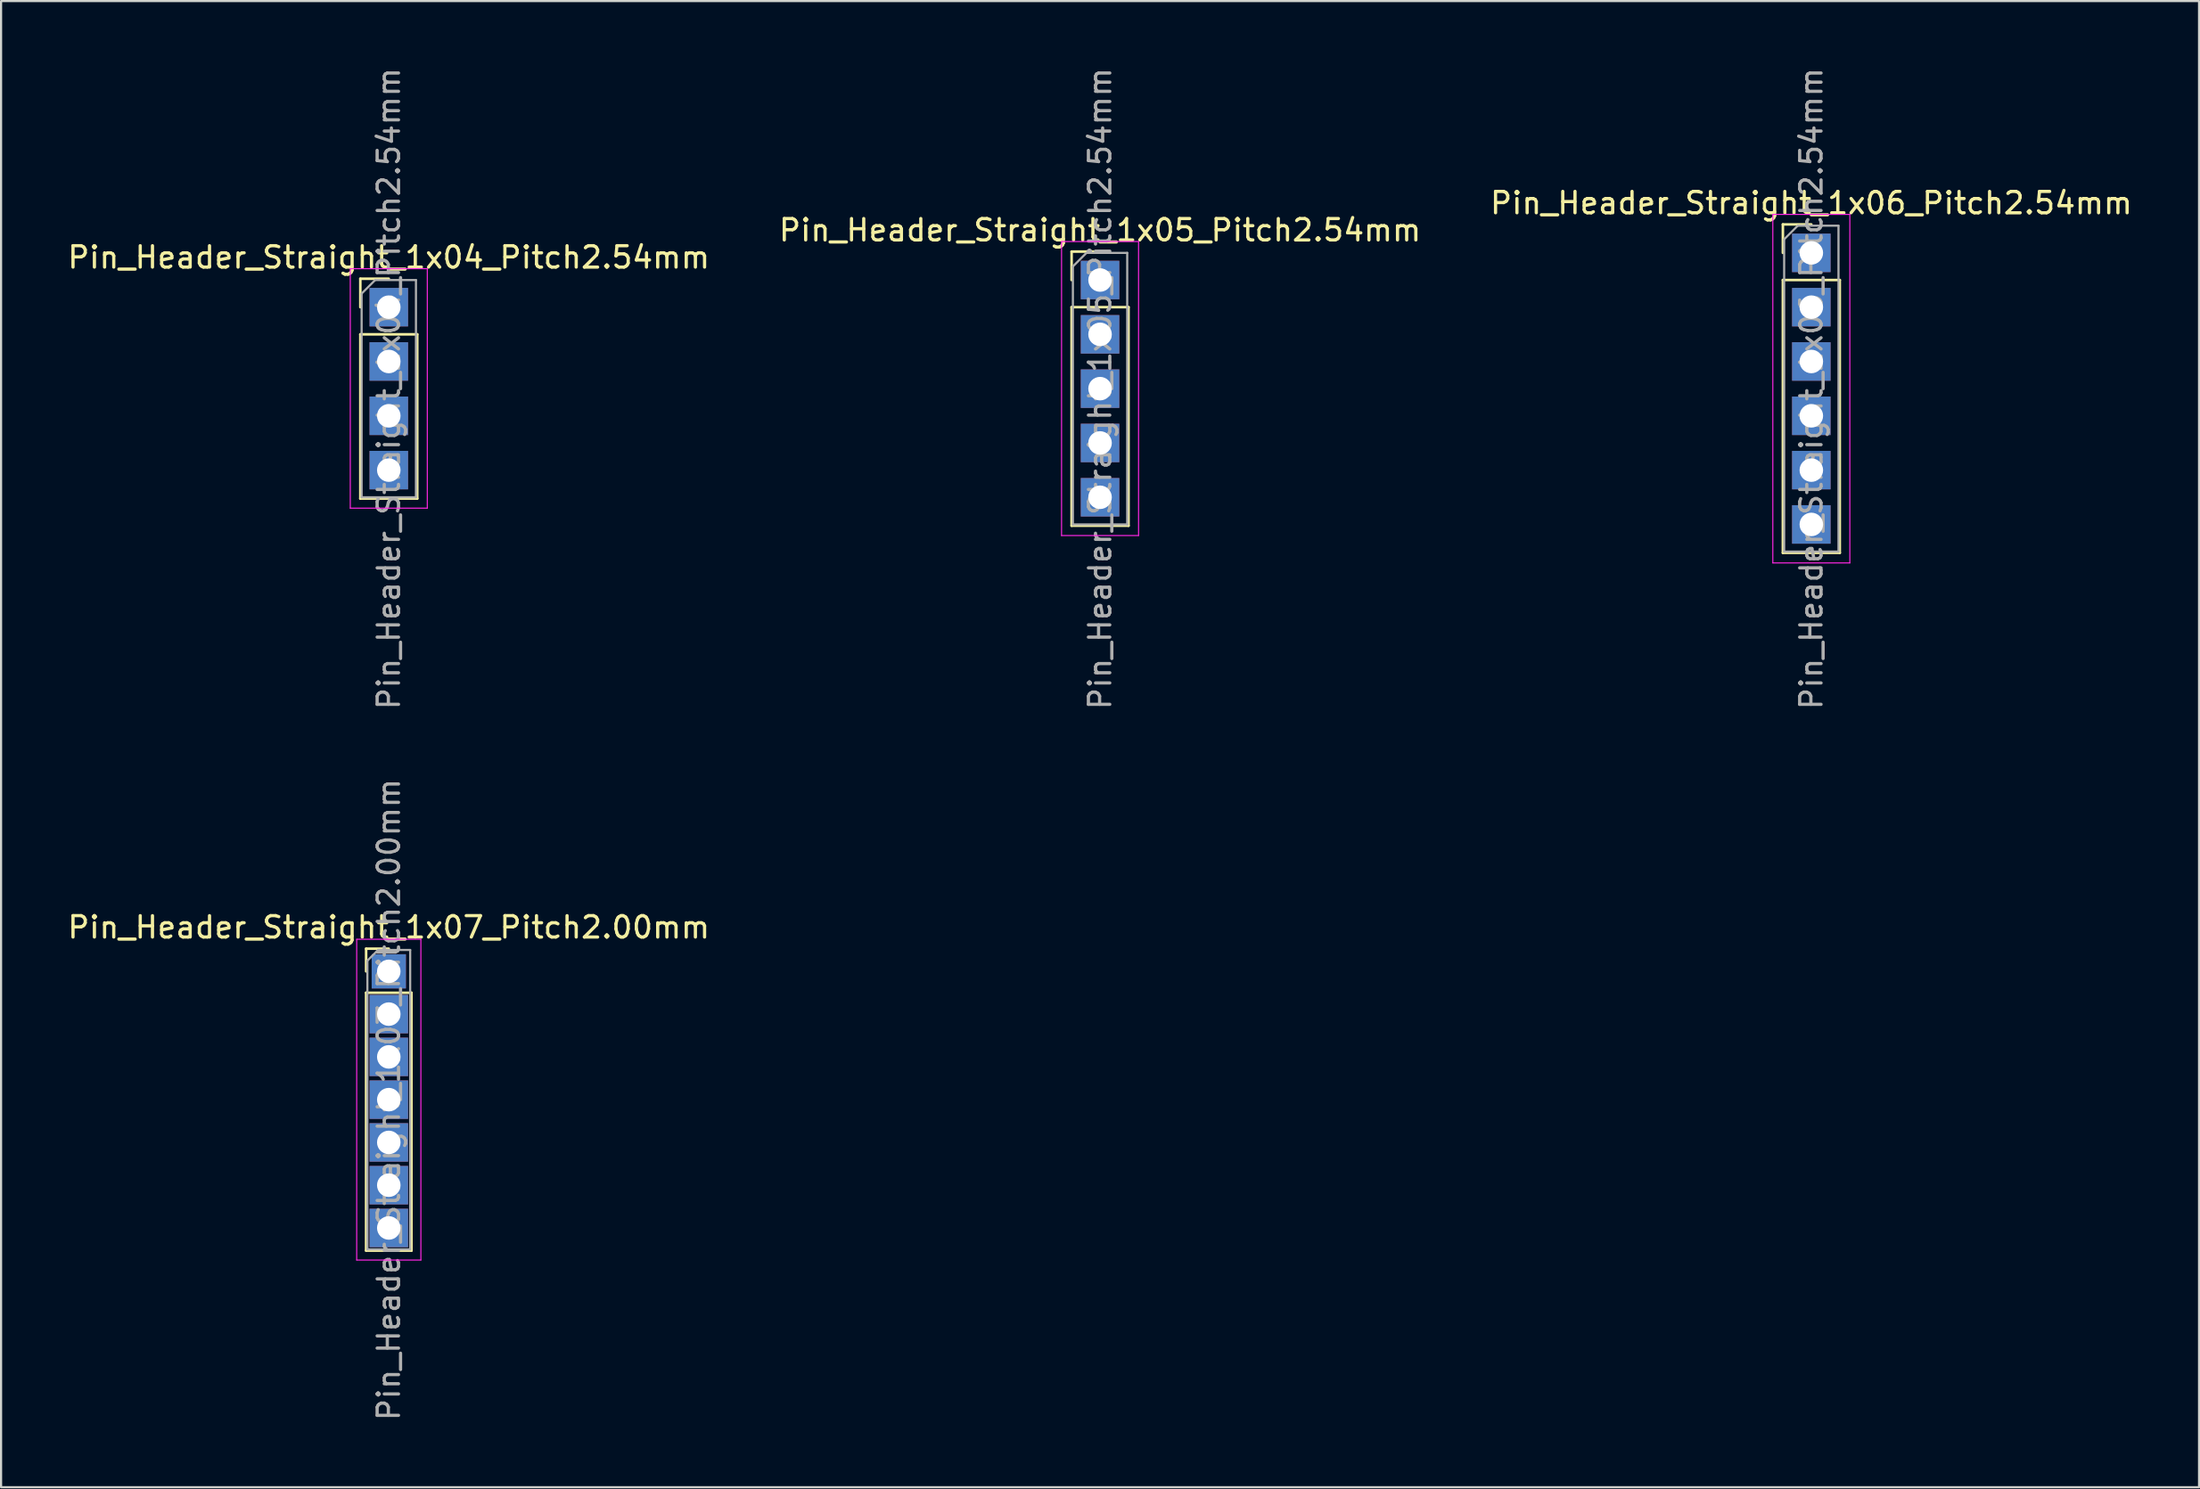
<source format=kicad_pcb>
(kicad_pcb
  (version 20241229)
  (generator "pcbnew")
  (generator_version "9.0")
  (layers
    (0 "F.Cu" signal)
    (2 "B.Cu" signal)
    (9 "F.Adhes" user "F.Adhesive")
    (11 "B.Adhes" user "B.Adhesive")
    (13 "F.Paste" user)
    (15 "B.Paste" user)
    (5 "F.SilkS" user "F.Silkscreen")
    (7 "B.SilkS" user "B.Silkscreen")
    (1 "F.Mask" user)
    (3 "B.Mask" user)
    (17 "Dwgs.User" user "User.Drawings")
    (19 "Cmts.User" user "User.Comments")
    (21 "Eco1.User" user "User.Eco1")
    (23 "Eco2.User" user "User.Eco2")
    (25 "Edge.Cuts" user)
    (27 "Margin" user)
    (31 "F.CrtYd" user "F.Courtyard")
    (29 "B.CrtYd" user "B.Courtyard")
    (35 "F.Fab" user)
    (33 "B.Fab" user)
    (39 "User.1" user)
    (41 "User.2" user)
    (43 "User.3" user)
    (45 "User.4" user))
  (footprint "Pin_Header_Straight_1x05_Pitch2.54mm"
    (layer "F.Cu")
    (at 48.375 10.045)
    (property "Reference" "Pin_Header_Straight_1x05_Pitch2.54mm" (at 0 -2.33 0) (layer "F.SilkS") (effects (font (size 1 1) (thickness 0.15))))
    (attr through_hole)
    (fp_line (start -1.33 -1.33) (end 0 -1.33) (stroke (width 0.12) (type solid)) (layer "F.SilkS"))
    (fp_line (start -1.33 0) (end -1.33 -1.33) (stroke (width 0.12) (type solid)) (layer "F.SilkS"))
    (fp_line (start -1.33 1.27) (end -1.33 11.49) (stroke (width 0.12) (type solid)) (layer "F.SilkS"))
    (fp_line (start -1.33 1.27) (end 1.33 1.27) (stroke (width 0.12) (type solid)) (layer "F.SilkS"))
    (fp_line (start -1.33 11.49) (end 1.33 11.49) (stroke (width 0.12) (type solid)) (layer "F.SilkS"))
    (fp_line (start 1.33 1.27) (end 1.33 11.49) (stroke (width 0.12) (type solid)) (layer "F.SilkS"))
    (fp_line (start -1.8 -1.8) (end -1.8 11.95) (stroke (width 0.05) (type solid)) (layer "F.CrtYd"))
    (fp_line (start -1.8 11.95) (end 1.8 11.95) (stroke (width 0.05) (type solid)) (layer "F.CrtYd"))
    (fp_line (start 1.8 -1.8) (end -1.8 -1.8) (stroke (width 0.05) (type solid)) (layer "F.CrtYd"))
    (fp_line (start 1.8 11.95) (end 1.8 -1.8) (stroke (width 0.05) (type solid)) (layer "F.CrtYd"))
    (fp_line (start -1.27 -0.635) (end -0.635 -1.27) (stroke (width 0.1) (type solid)) (layer "F.Fab"))
    (fp_line (start -1.27 11.43) (end -1.27 -0.635) (stroke (width 0.1) (type solid)) (layer "F.Fab"))
    (fp_line (start -0.635 -1.27) (end 1.27 -1.27) (stroke (width 0.1) (type solid)) (layer "F.Fab"))
    (fp_line (start 1.27 -1.27) (end 1.27 11.43) (stroke (width 0.1) (type solid)) (layer "F.Fab"))
    (fp_line (start 1.27 11.43) (end -1.27 11.43) (stroke (width 0.1) (type solid)) (layer "F.Fab"))
    (fp_text user "${REFERENCE}" (at 0 5.08 90) (layer "F.Fab") (effects (font (size 1 1) (thickness 0.15))))
    (pad "1" thru_hole rect (at 0 0) (size 1.8 1.8) (drill 1.1) (layers "*.Cu" "*.Mask"))
    (pad "2" thru_hole rect (at 0 2.54) (size 1.8 1.8) (drill 1.1) (layers "*.Cu" "*.Mask"))
    (pad "3" thru_hole rect (at 0 5.08) (size 1.8 1.8) (drill 1.1) (layers "*.Cu" "*.Mask"))
    (pad "4" thru_hole rect (at 0 7.62) (size 1.8 1.8) (drill 1.1) (layers "*.Cu" "*.Mask"))
    (pad "5" thru_hole rect (at 0 10.16) (size 1.8 1.8) (drill 1.1) (layers "*.Cu" "*.Mask")))
  (footprint "Pin_Header_Straight_1x04_Pitch2.54mm"
    (layer "F.Cu")
    (at 15.125 11.315)
    (property "Reference" "Pin_Header_Straight_1x04_Pitch2.54mm" (at 0 -2.33 0) (layer "F.SilkS") (effects (font (size 1 1) (thickness 0.15))))
    (attr through_hole)
    (fp_line (start -1.33 -1.33) (end 0 -1.33) (stroke (width 0.12) (type solid)) (layer "F.SilkS"))
    (fp_line (start -1.33 0) (end -1.33 -1.33) (stroke (width 0.12) (type solid)) (layer "F.SilkS"))
    (fp_line (start -1.33 1.27) (end -1.33 8.95) (stroke (width 0.12) (type solid)) (layer "F.SilkS"))
    (fp_line (start -1.33 1.27) (end 1.33 1.27) (stroke (width 0.12) (type solid)) (layer "F.SilkS"))
    (fp_line (start -1.33 8.95) (end 1.33 8.95) (stroke (width 0.12) (type solid)) (layer "F.SilkS"))
    (fp_line (start 1.33 1.27) (end 1.33 8.95) (stroke (width 0.12) (type solid)) (layer "F.SilkS"))
    (fp_line (start -1.8 -1.8) (end -1.8 9.4) (stroke (width 0.05) (type solid)) (layer "F.CrtYd"))
    (fp_line (start -1.8 9.4) (end 1.8 9.4) (stroke (width 0.05) (type solid)) (layer "F.CrtYd"))
    (fp_line (start 1.8 -1.8) (end -1.8 -1.8) (stroke (width 0.05) (type solid)) (layer "F.CrtYd"))
    (fp_line (start 1.8 9.4) (end 1.8 -1.8) (stroke (width 0.05) (type solid)) (layer "F.CrtYd"))
    (fp_line (start -1.27 -0.635) (end -0.635 -1.27) (stroke (width 0.1) (type solid)) (layer "F.Fab"))
    (fp_line (start -1.27 8.89) (end -1.27 -0.635) (stroke (width 0.1) (type solid)) (layer "F.Fab"))
    (fp_line (start -0.635 -1.27) (end 1.27 -1.27) (stroke (width 0.1) (type solid)) (layer "F.Fab"))
    (fp_line (start 1.27 -1.27) (end 1.27 8.89) (stroke (width 0.1) (type solid)) (layer "F.Fab"))
    (fp_line (start 1.27 8.89) (end -1.27 8.89) (stroke (width 0.1) (type solid)) (layer "F.Fab"))
    (fp_text user "${REFERENCE}" (at 0 3.81 90) (layer "F.Fab") (effects (font (size 1 1) (thickness 0.15))))
    (pad "1" thru_hole rect (at 0 0) (size 1.8 1.8) (drill 1.1) (layers "*.Cu" "*.Mask"))
    (pad "2" thru_hole rect (at 0 2.54) (size 1.8 1.8) (drill 1.1) (layers "*.Cu" "*.Mask"))
    (pad "3" thru_hole rect (at 0 5.08) (size 1.8 1.8) (drill 1.1) (layers "*.Cu" "*.Mask"))
    (pad "4" thru_hole rect (at 0 7.62) (size 1.8 1.8) (drill 1.1) (layers "*.Cu" "*.Mask")))
  (footprint "Pin_Header_Straight_1x06_Pitch2.54mm"
    (layer "F.Cu")
    (at 81.625 8.775)
    (property "Reference" "Pin_Header_Straight_1x06_Pitch2.54mm" (at 0 -2.33 0) (layer "F.SilkS") (effects (font (size 1 1) (thickness 0.15))))
    (attr through_hole)
    (fp_line (start -1.33 -1.33) (end 0 -1.33) (stroke (width 0.12) (type solid)) (layer "F.SilkS"))
    (fp_line (start -1.33 0) (end -1.33 -1.33) (stroke (width 0.12) (type solid)) (layer "F.SilkS"))
    (fp_line (start -1.33 1.27) (end -1.33 14.03) (stroke (width 0.12) (type solid)) (layer "F.SilkS"))
    (fp_line (start -1.33 1.27) (end 1.33 1.27) (stroke (width 0.12) (type solid)) (layer "F.SilkS"))
    (fp_line (start -1.33 14.03) (end 1.33 14.03) (stroke (width 0.12) (type solid)) (layer "F.SilkS"))
    (fp_line (start 1.33 1.27) (end 1.33 14.03) (stroke (width 0.12) (type solid)) (layer "F.SilkS"))
    (fp_line (start -1.8 -1.8) (end -1.8 14.5) (stroke (width 0.05) (type solid)) (layer "F.CrtYd"))
    (fp_line (start -1.8 14.5) (end 1.8 14.5) (stroke (width 0.05) (type solid)) (layer "F.CrtYd"))
    (fp_line (start 1.8 -1.8) (end -1.8 -1.8) (stroke (width 0.05) (type solid)) (layer "F.CrtYd"))
    (fp_line (start 1.8 14.5) (end 1.8 -1.8) (stroke (width 0.05) (type solid)) (layer "F.CrtYd"))
    (fp_line (start -1.27 -0.635) (end -0.635 -1.27) (stroke (width 0.1) (type solid)) (layer "F.Fab"))
    (fp_line (start -1.27 13.97) (end -1.27 -0.635) (stroke (width 0.1) (type solid)) (layer "F.Fab"))
    (fp_line (start -0.635 -1.27) (end 1.27 -1.27) (stroke (width 0.1) (type solid)) (layer "F.Fab"))
    (fp_line (start 1.27 -1.27) (end 1.27 13.97) (stroke (width 0.1) (type solid)) (layer "F.Fab"))
    (fp_line (start 1.27 13.97) (end -1.27 13.97) (stroke (width 0.1) (type solid)) (layer "F.Fab"))
    (fp_text user "${REFERENCE}" (at 0 6.35 90) (layer "F.Fab") (effects (font (size 1 1) (thickness 0.15))))
    (pad "1" thru_hole rect (at 0 0) (size 1.8 1.8) (drill 1.1) (layers "*.Cu" "*.Mask"))
    (pad "2" thru_hole rect (at 0 2.54) (size 1.8 1.8) (drill 1.1) (layers "*.Cu" "*.Mask"))
    (pad "3" thru_hole rect (at 0 5.08) (size 1.8 1.8) (drill 1.1) (layers "*.Cu" "*.Mask"))
    (pad "4" thru_hole rect (at 0 7.62) (size 1.8 1.8) (drill 1.1) (layers "*.Cu" "*.Mask"))
    (pad "5" thru_hole rect (at 0 10.16) (size 1.8 1.8) (drill 1.1) (layers "*.Cu" "*.Mask"))
    (pad "6" thru_hole rect (at 0 12.7) (size 1.8 1.8) (drill 1.1) (layers "*.Cu" "*.Mask")))
  (footprint "Pin_Header_Straight_1x07_Pitch2.00mm"
    (layer "F.Cu")
    (at 15.125 42.375)
    (property "Reference" "Pin_Header_Straight_1x07_Pitch2.00mm" (at 0 -2.06 0) (layer "F.SilkS") (effects (font (size 1 1) (thickness 0.15))))
    (attr through_hole)
    (fp_line (start -1.06 -1.06) (end 0 -1.06) (stroke (width 0.12) (type solid)) (layer "F.SilkS"))
    (fp_line (start -1.06 0) (end -1.06 -1.06) (stroke (width 0.12) (type solid)) (layer "F.SilkS"))
    (fp_line (start -1.06 1) (end -1.06 13.06) (stroke (width 0.12) (type solid)) (layer "F.SilkS"))
    (fp_line (start -1.06 1) (end 1.06 1) (stroke (width 0.12) (type solid)) (layer "F.SilkS"))
    (fp_line (start -1.06 13.06) (end 1.06 13.06) (stroke (width 0.12) (type solid)) (layer "F.SilkS"))
    (fp_line (start 1.06 1) (end 1.06 13.06) (stroke (width 0.12) (type solid)) (layer "F.SilkS"))
    (fp_line (start -1.5 -1.5) (end -1.5 13.5) (stroke (width 0.05) (type solid)) (layer "F.CrtYd"))
    (fp_line (start -1.5 13.5) (end 1.5 13.5) (stroke (width 0.05) (type solid)) (layer "F.CrtYd"))
    (fp_line (start 1.5 -1.5) (end -1.5 -1.5) (stroke (width 0.05) (type solid)) (layer "F.CrtYd"))
    (fp_line (start 1.5 13.5) (end 1.5 -1.5) (stroke (width 0.05) (type solid)) (layer "F.CrtYd"))
    (fp_line (start -1 -0.5) (end -0.5 -1) (stroke (width 0.1) (type solid)) (layer "F.Fab"))
    (fp_line (start -1 13) (end -1 -0.5) (stroke (width 0.1) (type solid)) (layer "F.Fab"))
    (fp_line (start -0.5 -1) (end 1 -1) (stroke (width 0.1) (type solid)) (layer "F.Fab"))
    (fp_line (start 1 -1) (end 1 13) (stroke (width 0.1) (type solid)) (layer "F.Fab"))
    (fp_line (start 1 13) (end -1 13) (stroke (width 0.1) (type solid)) (layer "F.Fab"))
    (fp_text user "${REFERENCE}" (at 0 6 90) (layer "F.Fab") (effects (font (size 1 1) (thickness 0.15))))
    (pad "1" thru_hole rect (at 0 0) (size 1.6 1.6) (drill 1.1) (layers "*.Cu" "*.Mask"))
    (pad "2" thru_hole rect (at 0 2) (size 1.8 1.8) (drill 1.1) (layers "*.Cu" "*.Mask"))
    (pad "3" thru_hole rect (at 0 4) (size 1.8 1.8) (drill 1.1) (layers "*.Cu" "*.Mask"))
    (pad "4" thru_hole rect (at 0 6) (size 1.8 1.8) (drill 1.1) (layers "*.Cu" "*.Mask"))
    (pad "5" thru_hole rect (at 0 8) (size 1.8 1.8) (drill 1.1) (layers "*.Cu" "*.Mask"))
    (pad "6" thru_hole rect (at 0 10) (size 1.8 1.8) (drill 1.1) (layers "*.Cu" "*.Mask"))
    (pad "7" thru_hole rect (at 0 12) (size 1.8 1.8) (drill 1.1) (layers "*.Cu" "*.Mask")))
  (gr_rect
    (start -3 -3)
    (end 99.75 66.5)
    (stroke (width 0.1) (type default))
    (fill no)
    (layer "Edge.Cuts")))
</source>
